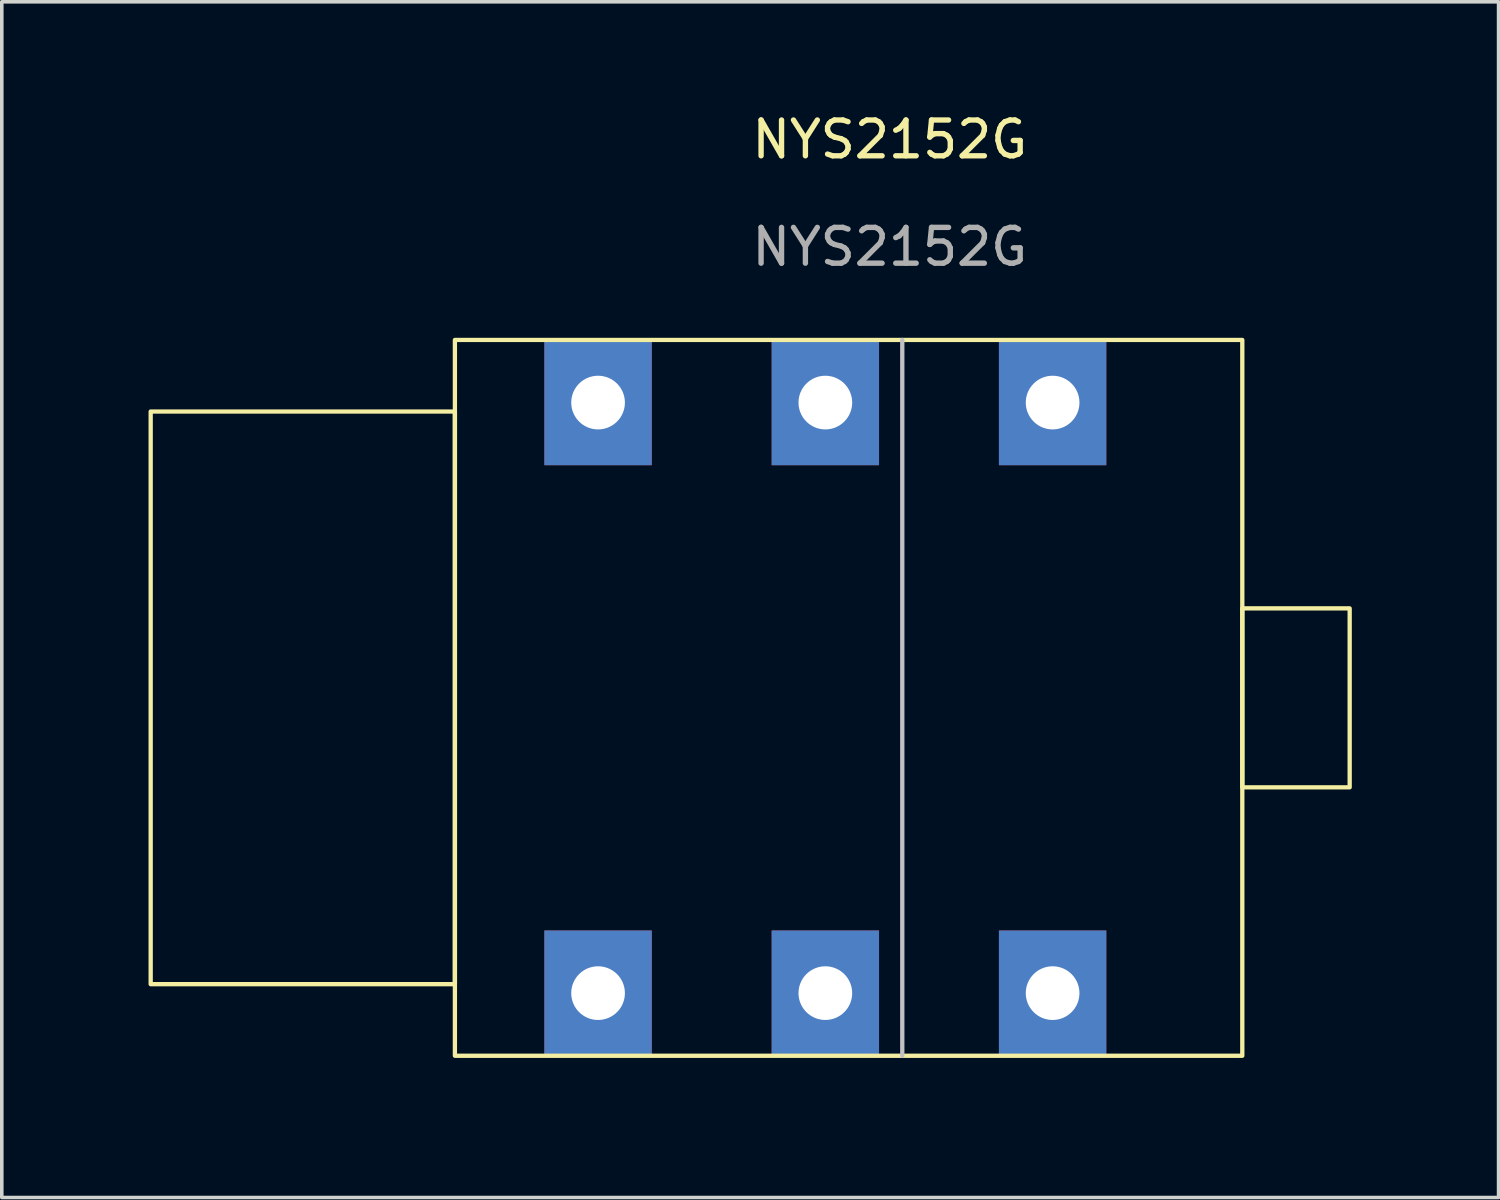
<source format=kicad_pcb>
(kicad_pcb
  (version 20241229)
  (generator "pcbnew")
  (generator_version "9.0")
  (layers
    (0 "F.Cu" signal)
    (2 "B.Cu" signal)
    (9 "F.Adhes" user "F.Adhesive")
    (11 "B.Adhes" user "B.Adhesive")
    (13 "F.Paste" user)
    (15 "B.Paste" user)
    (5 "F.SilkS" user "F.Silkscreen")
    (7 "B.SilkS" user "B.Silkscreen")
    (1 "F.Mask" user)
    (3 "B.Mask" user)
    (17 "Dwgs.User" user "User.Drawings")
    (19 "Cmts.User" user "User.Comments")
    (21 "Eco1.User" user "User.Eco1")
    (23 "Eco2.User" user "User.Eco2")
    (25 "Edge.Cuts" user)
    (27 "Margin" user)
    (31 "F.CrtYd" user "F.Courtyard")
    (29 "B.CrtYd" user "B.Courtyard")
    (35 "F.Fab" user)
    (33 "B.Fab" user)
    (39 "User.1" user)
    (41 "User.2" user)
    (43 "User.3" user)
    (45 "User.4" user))
  (footprint "NYS2152G"
    (layer "F.Cu")
    (at 22.16 6.448)
    (property "Reference" "NYS2152G" (at -0.35 -5.6 0) (unlocked yes) (layer "F.SilkS") (effects (font (size 1 1) (thickness 0.15))))
    (attr smd)
    (fp_rect (start -21 2) (end -12.5 18) (stroke (width 0.12) (type solid)) (fill no) (layer "F.SilkS"))
    (fp_rect (start -12.5 0) (end 9.5 20) (stroke (width 0.12) (type solid)) (fill no) (layer "F.SilkS"))
    (fp_rect (start 9.5 7.5) (end 12.5 12.5) (stroke (width 0.12) (type default)) (fill no) (layer "F.SilkS"))
    (fp_line (start 0 0) (end 0 20) (stroke (width 0.12) (type default)) (layer "Dwgs.User"))
    (fp_rect (start -22.1 -0.55) (end 13.6 20.9) (stroke (width 0.12) (type default)) (fill no) (layer "Margin"))
    (fp_text user "${REFERENCE}" (at -0.35 -2.6 0) (unlocked yes) (layer "F.Fab") (effects (font (size 1 1) (thickness 0.15))))
    (pad "R" thru_hole rect (at -2.15 1.75) (size 3 3.5) (drill 1.5) (layers "*.Cu" "*.Mask"))
    (pad "R" thru_hole rect (at -2.15 18.25) (size 3 3.5) (drill 1.5) (layers "*.Cu" "*.Mask"))
    (pad "S" thru_hole rect (at -8.5 1.75) (size 3 3.5) (drill 1.5) (layers "*.Cu" "*.Mask"))
    (pad "S" thru_hole rect (at -8.5 18.25) (size 3 3.5) (drill 1.5) (layers "*.Cu" "*.Mask"))
    (pad "T" thru_hole rect (at 4.2 1.75) (size 3 3.5) (drill 1.5) (layers "*.Cu" "*.Mask"))
    (pad "T" thru_hole rect (at 4.2 18.25) (size 3 3.5) (drill 1.5) (layers "*.Cu" "*.Mask")))
  (gr_rect
    (start -3 -3)
    (end 38.82 30.408)
    (stroke (width 0.1) (type default))
    (fill no)
    (layer "Edge.Cuts")))
</source>
